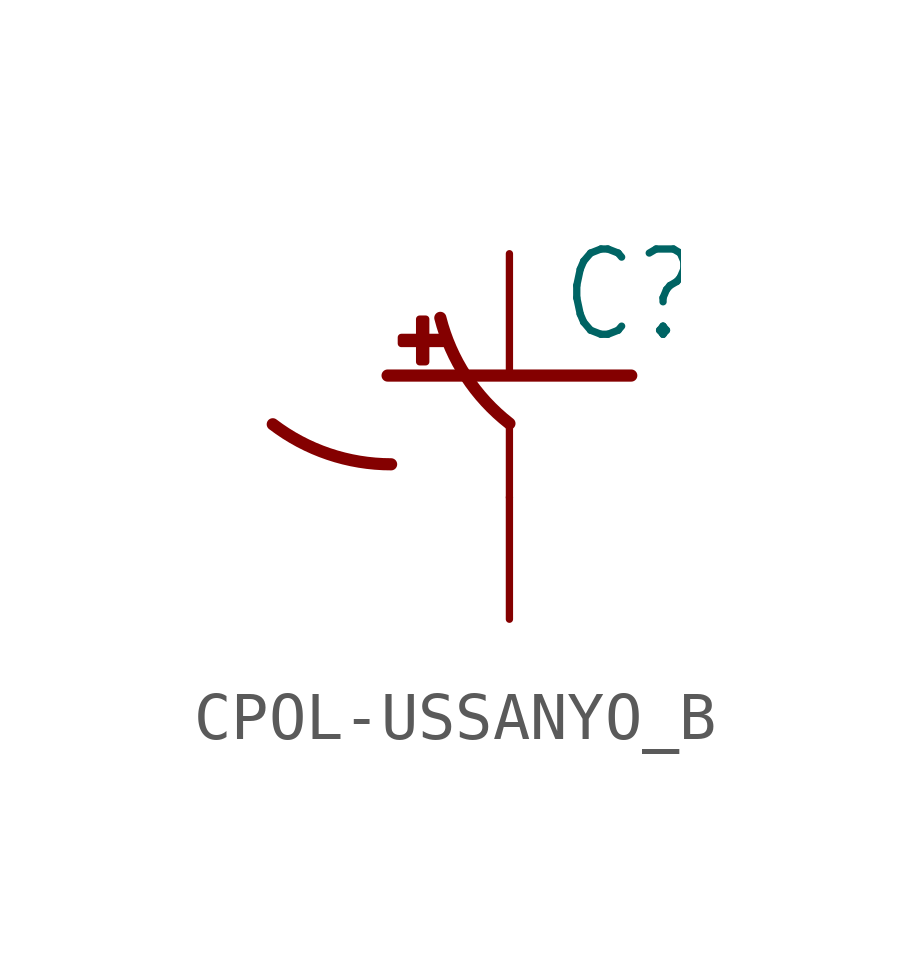
<source format=kicad_sym>
(kicad_symbol_lib
  (version 20241209)
  (generator "kicad_symbol_editor")
  (generator_version "9.0")
  (symbol "CPOL-USSANYO_B"
    (property "Reference" "C"
      (at 1.016 0.635 0)
      (effects (font (size 1.778 1.511)) (justify left bottom)))
    (property "Value" ""
      (at 1.016 -4.191 0)
      (effects (font (size 1.778 1.511)) (justify left bottom)))
    (property "ki_locked" ""
      (at 0 0 0)
      (effects (font (size 1.27 1.27))))
    (symbol "CPOL-USSANYO_B_1_0"
      (polyline (pts (xy -2.54 0) (xy 2.54 0)) (stroke (width 0.254) (type solid)) (fill (type none)))
      (arc (start -2.4669 -1.8504) (mid -3.7689 -1.6361) (end -4.9337 -1.0159) (stroke (width 0.254) (type solid)) (fill (type none)))
      (rectangle (start -2.253 0.668) (end -1.364 0.795) (stroke (width 0) (type default)) (fill (type outline)))
      (rectangle (start -1.872 0.287) (end -1.745 1.176) (stroke (width 0) (type default)) (fill (type outline)))
      (polyline (pts (xy 0 -1.016) (xy 0 -2.54)) (stroke (width 0.152) (type solid)) (fill (type none)))
      (arc (start 0 -1) (mid -0.9038 -0.0189) (end -1.4403 1.2025) (stroke (width 0.254) (type solid)) (fill (type none)))
      (pin passive line (at 0 2.54 270) (length 2.54) (name "+" (effects (font (size 0 0)))) (number "+" (effects (font (size 0 0)))))
      (pin passive line (at 0 -5.08 90) (length 2.54) (name "-" (effects (font (size 0 0)))) (number "-" (effects (font (size 0 0))))))))
</source>
